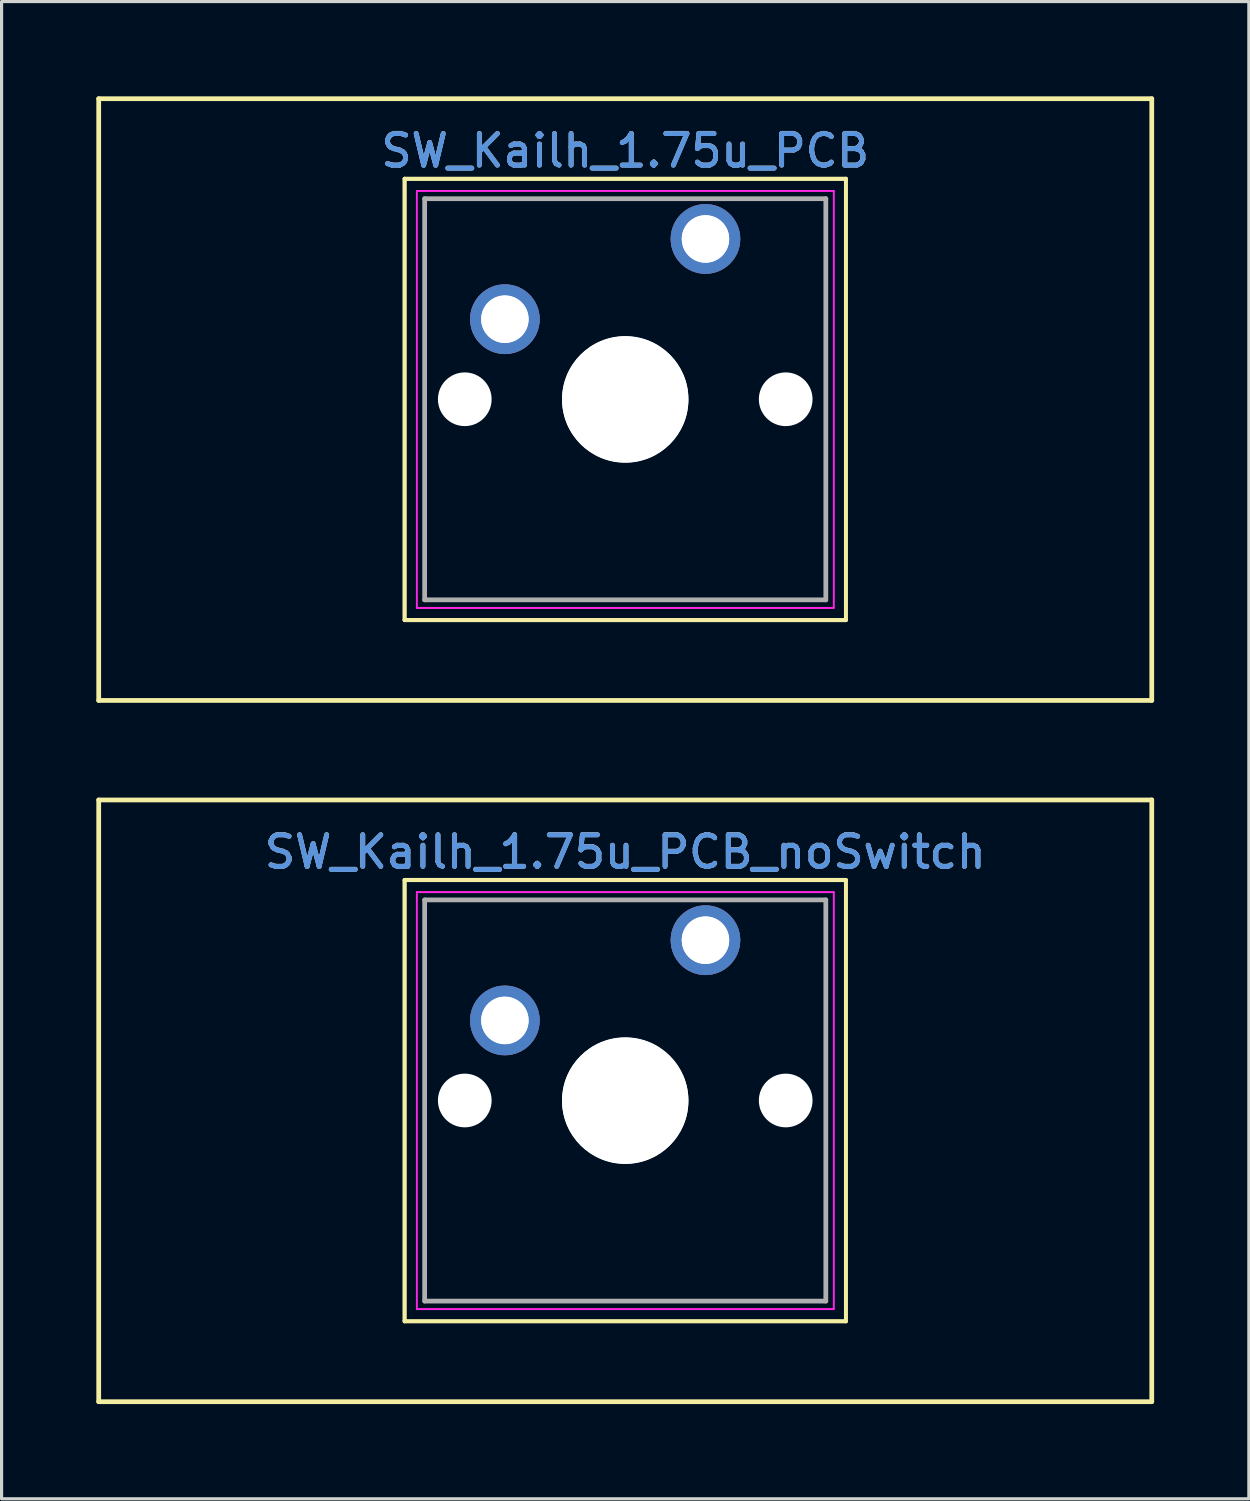
<source format=kicad_pcb>
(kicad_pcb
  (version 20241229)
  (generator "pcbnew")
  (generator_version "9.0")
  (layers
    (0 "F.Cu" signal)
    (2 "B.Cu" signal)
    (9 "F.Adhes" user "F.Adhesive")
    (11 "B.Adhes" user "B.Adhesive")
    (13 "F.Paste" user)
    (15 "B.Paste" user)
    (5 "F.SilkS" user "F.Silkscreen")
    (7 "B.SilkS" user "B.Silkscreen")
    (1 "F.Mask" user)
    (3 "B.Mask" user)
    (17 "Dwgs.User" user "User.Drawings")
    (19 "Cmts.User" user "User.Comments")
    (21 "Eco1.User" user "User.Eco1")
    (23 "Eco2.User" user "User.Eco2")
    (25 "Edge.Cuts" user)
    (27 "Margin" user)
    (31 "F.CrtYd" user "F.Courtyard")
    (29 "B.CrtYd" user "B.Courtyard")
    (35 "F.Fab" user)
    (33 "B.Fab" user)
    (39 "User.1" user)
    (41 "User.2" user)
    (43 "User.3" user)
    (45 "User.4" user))
  (footprint "SW_Kailh_1.75u_PCB_noSwitch"
    (layer "F.Cu")
    (at 16.744 31.8)
    (property "Reference" "SW_Kailh_1.75u_PCB_noSwitch" (at 0 -7.874 0) (layer "Cmts.User") (effects (font (size 1 1) (thickness 0.15))))
    (attr through_hole)
    (fp_line (start -16.669 -9.525) (end 16.669 -9.525) (stroke (width 0.15) (type solid)) (layer "F.SilkS"))
    (fp_line (start -16.669 9.525) (end -16.669 -9.525) (stroke (width 0.15) (type solid)) (layer "F.SilkS"))
    (fp_line (start -6.985 -6.995) (end 6.985 -6.995) (stroke (width 0.12) (type solid)) (layer "F.SilkS"))
    (fp_line (start -6.985 -6.985) (end 6.985 -6.985) (stroke (width 0.12) (type solid)) (layer "F.SilkS"))
    (fp_line (start -6.985 6.975) (end -6.985 -6.995) (stroke (width 0.12) (type solid)) (layer "F.SilkS"))
    (fp_line (start -6.985 6.985) (end -6.985 -6.985) (stroke (width 0.12) (type solid)) (layer "F.SilkS"))
    (fp_line (start 6.985 -6.995) (end 6.985 6.975) (stroke (width 0.12) (type solid)) (layer "F.SilkS"))
    (fp_line (start 6.985 -6.985) (end 6.985 6.985) (stroke (width 0.12) (type solid)) (layer "F.SilkS"))
    (fp_line (start 6.985 6.975) (end -6.985 6.975) (stroke (width 0.12) (type solid)) (layer "F.SilkS"))
    (fp_line (start 6.985 6.985) (end -6.985 6.985) (stroke (width 0.12) (type solid)) (layer "F.SilkS"))
    (fp_line (start 16.669 -9.525) (end 16.669 9.525) (stroke (width 0.15) (type solid)) (layer "F.SilkS"))
    (fp_line (start 16.669 9.525) (end -16.669 9.525) (stroke (width 0.15) (type solid)) (layer "F.SilkS"))
    (fp_line (start -6.6 -6.61) (end 6.6 -6.61) (stroke (width 0.05) (type solid)) (layer "F.CrtYd"))
    (fp_line (start -6.6 -6.6) (end 6.6 -6.6) (stroke (width 0.05) (type solid)) (layer "F.CrtYd"))
    (fp_line (start -6.6 6.59) (end -6.6 -6.61) (stroke (width 0.05) (type solid)) (layer "F.CrtYd"))
    (fp_line (start -6.6 6.6) (end -6.6 -6.6) (stroke (width 0.05) (type solid)) (layer "F.CrtYd"))
    (fp_line (start 6.6 -6.61) (end 6.6 6.59) (stroke (width 0.05) (type solid)) (layer "F.CrtYd"))
    (fp_line (start 6.6 -6.6) (end 6.6 6.6) (stroke (width 0.05) (type solid)) (layer "F.CrtYd"))
    (fp_line (start 6.6 6.59) (end -6.6 6.59) (stroke (width 0.05) (type solid)) (layer "F.CrtYd"))
    (fp_line (start 6.6 6.6) (end -6.6 6.6) (stroke (width 0.05) (type solid)) (layer "F.CrtYd"))
    (fp_line (start -6.35 -6.36) (end 6.35 -6.36) (stroke (width 0.15) (type solid)) (layer "F.Fab"))
    (fp_line (start -6.35 -6.35) (end 6.35 -6.35) (stroke (width 0.1) (type solid)) (layer "F.Fab"))
    (fp_line (start -6.35 6.34) (end -6.35 -6.36) (stroke (width 0.15) (type solid)) (layer "F.Fab"))
    (fp_line (start -6.35 6.35) (end -6.35 -6.35) (stroke (width 0.1) (type solid)) (layer "F.Fab"))
    (fp_line (start 6.35 -6.36) (end 6.35 6.34) (stroke (width 0.15) (type solid)) (layer "F.Fab"))
    (fp_line (start 6.35 -6.35) (end 6.35 6.35) (stroke (width 0.1) (type solid)) (layer "F.Fab"))
    (fp_line (start 6.35 6.34) (end -6.35 6.34) (stroke (width 0.15) (type solid)) (layer "F.Fab"))
    (fp_line (start 6.35 6.35) (end -6.35 6.35) (stroke (width 0.1) (type solid)) (layer "F.Fab"))
    (fp_text user "${REFERENCE}" (at 0 -7.884 0) (layer "F.Fab") (effects (font (size 1 1) (thickness 0.15))))
    (fp_text user "${REFERENCE}" (at 0 -7.874 0) (layer "F.Fab") (effects (font (size 1 1) (thickness 0.15))))
    (pad "" np_thru_hole circle (at -5.08 -0.01) (size 1.7 1.7) (drill 1.7) (layers "*.Cu" "*.Mask"))
    (pad "" np_thru_hole circle (at 0 -0.01) (size 4 4) (drill 4) (layers "*.Cu" "*.Mask"))
    (pad "" np_thru_hole circle (at 0 0) (size 4 4) (drill 4) (layers "*.Cu" "*.Mask"))
    (pad "" np_thru_hole circle (at 5.08 -0.01) (size 1.7 1.7) (drill 1.7) (layers "*.Cu" "*.Mask"))
    (pad "1" thru_hole circle (at 2.54 -5.09) (size 2.2 2.2) (drill 1.5) (layers "*.Cu" "*.Mask"))
    (pad "1" thru_hole circle (at 2.54 -5.08) (size 2.2 2.2) (drill 1.5) (layers "*.Cu" "*.Mask"))
    (pad "2" thru_hole circle (at -3.81 -2.55) (size 2.2 2.2) (drill 1.5) (layers "*.Cu" "*.Mask"))
    (pad "2" thru_hole circle (at -3.81 -2.54) (size 2.2 2.2) (drill 1.5) (layers "*.Cu" "*.Mask")))
  (footprint "SW_Kailh_1.75u_PCB"
    (layer "F.Cu")
    (at 16.744 9.6)
    (property "Reference" "SW_Kailh_1.75u_PCB" (at 0 -7.874 0) (layer "Cmts.User") (effects (font (size 1 1) (thickness 0.15))))
    (attr through_hole)
    (fp_line (start -16.669 -9.525) (end 16.669 -9.525) (stroke (width 0.15) (type solid)) (layer "F.SilkS"))
    (fp_line (start -16.669 9.525) (end -16.669 -9.525) (stroke (width 0.15) (type solid)) (layer "F.SilkS"))
    (fp_line (start -6.985 -6.995) (end 6.985 -6.995) (stroke (width 0.12) (type solid)) (layer "F.SilkS"))
    (fp_line (start -6.985 -6.985) (end 6.985 -6.985) (stroke (width 0.12) (type solid)) (layer "F.SilkS"))
    (fp_line (start -6.985 6.975) (end -6.985 -6.995) (stroke (width 0.12) (type solid)) (layer "F.SilkS"))
    (fp_line (start -6.985 6.985) (end -6.985 -6.985) (stroke (width 0.12) (type solid)) (layer "F.SilkS"))
    (fp_line (start 6.985 -6.995) (end 6.985 6.975) (stroke (width 0.12) (type solid)) (layer "F.SilkS"))
    (fp_line (start 6.985 -6.985) (end 6.985 6.985) (stroke (width 0.12) (type solid)) (layer "F.SilkS"))
    (fp_line (start 6.985 6.975) (end -6.985 6.975) (stroke (width 0.12) (type solid)) (layer "F.SilkS"))
    (fp_line (start 6.985 6.985) (end -6.985 6.985) (stroke (width 0.12) (type solid)) (layer "F.SilkS"))
    (fp_line (start 16.669 -9.525) (end 16.669 9.525) (stroke (width 0.15) (type solid)) (layer "F.SilkS"))
    (fp_line (start 16.669 9.525) (end -16.669 9.525) (stroke (width 0.15) (type solid)) (layer "F.SilkS"))
    (fp_line (start -6.6 -6.61) (end 6.6 -6.61) (stroke (width 0.05) (type solid)) (layer "F.CrtYd"))
    (fp_line (start -6.6 -6.6) (end 6.6 -6.6) (stroke (width 0.05) (type solid)) (layer "F.CrtYd"))
    (fp_line (start -6.6 6.59) (end -6.6 -6.61) (stroke (width 0.05) (type solid)) (layer "F.CrtYd"))
    (fp_line (start -6.6 6.6) (end -6.6 -6.6) (stroke (width 0.05) (type solid)) (layer "F.CrtYd"))
    (fp_line (start 6.6 -6.61) (end 6.6 6.59) (stroke (width 0.05) (type solid)) (layer "F.CrtYd"))
    (fp_line (start 6.6 -6.6) (end 6.6 6.6) (stroke (width 0.05) (type solid)) (layer "F.CrtYd"))
    (fp_line (start 6.6 6.59) (end -6.6 6.59) (stroke (width 0.05) (type solid)) (layer "F.CrtYd"))
    (fp_line (start 6.6 6.6) (end -6.6 6.6) (stroke (width 0.05) (type solid)) (layer "F.CrtYd"))
    (fp_line (start -6.35 -6.36) (end 6.35 -6.36) (stroke (width 0.15) (type solid)) (layer "F.Fab"))
    (fp_line (start -6.35 -6.35) (end 6.35 -6.35) (stroke (width 0.1) (type solid)) (layer "F.Fab"))
    (fp_line (start -6.35 6.34) (end -6.35 -6.36) (stroke (width 0.15) (type solid)) (layer "F.Fab"))
    (fp_line (start -6.35 6.35) (end -6.35 -6.35) (stroke (width 0.1) (type solid)) (layer "F.Fab"))
    (fp_line (start 6.35 -6.36) (end 6.35 6.34) (stroke (width 0.15) (type solid)) (layer "F.Fab"))
    (fp_line (start 6.35 -6.35) (end 6.35 6.35) (stroke (width 0.1) (type solid)) (layer "F.Fab"))
    (fp_line (start 6.35 6.34) (end -6.35 6.34) (stroke (width 0.15) (type solid)) (layer "F.Fab"))
    (fp_line (start 6.35 6.35) (end -6.35 6.35) (stroke (width 0.1) (type solid)) (layer "F.Fab"))
    (fp_text user "${REFERENCE}" (at 0 -7.874 0) (layer "F.Fab") (effects (font (size 1 1) (thickness 0.15))))
    (fp_text user "${REFERENCE}" (at 0 -7.884 0) (layer "F.Fab") (effects (font (size 1 1) (thickness 0.15))))
    (pad "" np_thru_hole circle (at -5.08 -0.01) (size 1.7 1.7) (drill 1.7) (layers "*.Cu" "*.Mask"))
    (pad "" np_thru_hole circle (at 0 -0.01) (size 4 4) (drill 4) (layers "*.Cu" "*.Mask"))
    (pad "" np_thru_hole circle (at 0 0) (size 4 4) (drill 4) (layers "*.Cu" "*.Mask"))
    (pad "" np_thru_hole circle (at 5.08 -0.01) (size 1.7 1.7) (drill 1.7) (layers "*.Cu" "*.Mask"))
    (pad "1" thru_hole circle (at 2.54 -5.09) (size 2.2 2.2) (drill 1.5) (layers "*.Cu" "*.Mask"))
    (pad "1" thru_hole circle (at 2.54 -5.08) (size 2.2 2.2) (drill 1.5) (layers "*.Cu" "*.Mask"))
    (pad "2" thru_hole circle (at -3.81 -2.55) (size 2.2 2.2) (drill 1.5) (layers "*.Cu" "*.Mask"))
    (pad "2" thru_hole circle (at -3.81 -2.54) (size 2.2 2.2) (drill 1.5) (layers "*.Cu" "*.Mask")))
  (gr_rect
    (start -3 -3)
    (end 36.487 44.4)
    (stroke (width 0.1) (type default))
    (fill no)
    (layer "Edge.Cuts")))
</source>
